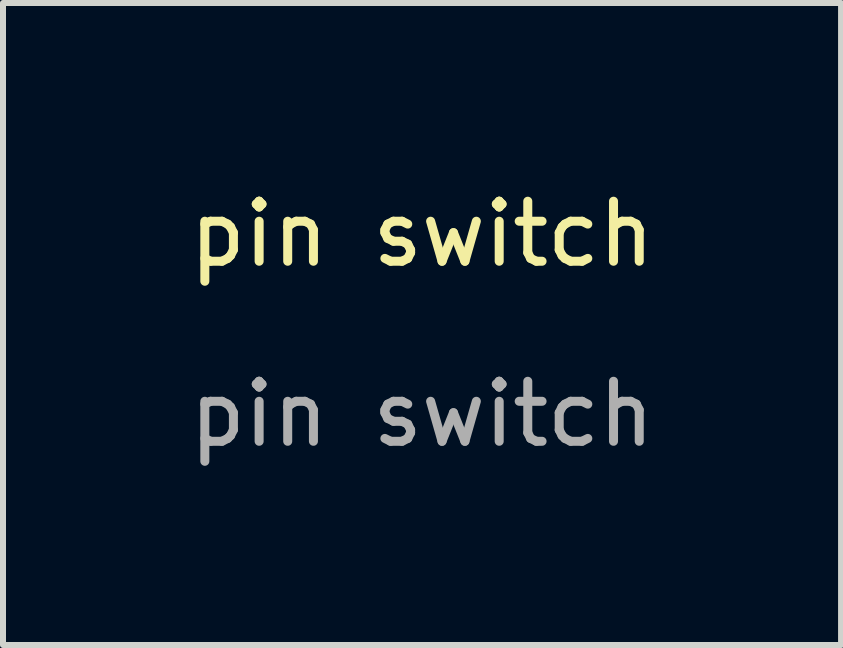
<source format=kicad_pcb>
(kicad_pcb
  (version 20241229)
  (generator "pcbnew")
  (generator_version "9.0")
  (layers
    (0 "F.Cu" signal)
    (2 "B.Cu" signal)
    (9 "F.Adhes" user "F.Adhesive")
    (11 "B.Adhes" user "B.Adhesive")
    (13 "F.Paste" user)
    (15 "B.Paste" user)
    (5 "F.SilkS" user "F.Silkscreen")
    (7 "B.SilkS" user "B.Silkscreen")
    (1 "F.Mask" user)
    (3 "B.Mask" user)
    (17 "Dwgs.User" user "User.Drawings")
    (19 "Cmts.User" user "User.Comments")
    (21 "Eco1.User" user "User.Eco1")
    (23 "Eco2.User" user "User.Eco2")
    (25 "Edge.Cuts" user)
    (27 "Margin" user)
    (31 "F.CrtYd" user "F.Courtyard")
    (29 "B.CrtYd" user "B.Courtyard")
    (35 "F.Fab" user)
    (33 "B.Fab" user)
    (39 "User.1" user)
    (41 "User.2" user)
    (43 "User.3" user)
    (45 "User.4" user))
  (footprint "pin switch"
    (layer "F.Cu")
    (at 3.982 1.348)
    (property "Reference" "pin switch" (at 0 -0.5 0) (unlocked yes) (layer "F.SilkS") (effects (font (size 1 1) (thickness 0.15))))
    (attr through_hole)
    (fp_text user "${REFERENCE}" (at 0 2.5 0) (unlocked yes) (layer "F.Fab") (effects (font (size 1 1) (thickness 0.15)))))
  (gr_rect
    (start -3 -3)
    (end 10.964 7.697)
    (stroke (width 0.1) (type default))
    (fill no)
    (layer "Edge.Cuts")))
</source>
